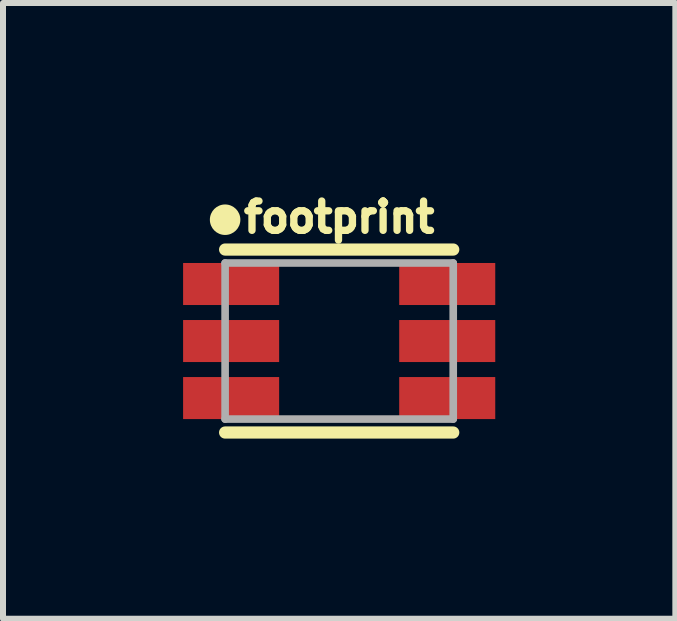
<source format=kicad_pcb>
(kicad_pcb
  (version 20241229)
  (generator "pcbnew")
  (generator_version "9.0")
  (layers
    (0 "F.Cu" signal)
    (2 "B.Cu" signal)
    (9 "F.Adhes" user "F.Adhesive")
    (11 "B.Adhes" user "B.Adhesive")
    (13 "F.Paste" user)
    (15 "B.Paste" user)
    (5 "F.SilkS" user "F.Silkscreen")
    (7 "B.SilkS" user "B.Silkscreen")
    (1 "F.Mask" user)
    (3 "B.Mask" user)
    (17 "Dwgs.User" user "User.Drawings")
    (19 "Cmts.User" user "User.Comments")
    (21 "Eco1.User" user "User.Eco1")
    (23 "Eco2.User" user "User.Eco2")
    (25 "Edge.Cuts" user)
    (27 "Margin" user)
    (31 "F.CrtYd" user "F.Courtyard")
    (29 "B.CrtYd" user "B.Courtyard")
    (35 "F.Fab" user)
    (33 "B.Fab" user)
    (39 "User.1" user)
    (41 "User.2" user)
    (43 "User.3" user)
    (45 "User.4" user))
  (footprint "footprint"
    (layer "F.Cu")
    (at 2.6 2.631)
    (property "Reference" "footprint" (at 0 -1.778 0) (layer "F.SilkS") (effects (font (size 0.488 0.488) (thickness 0.122)) (justify bottom)))
    (fp_line (start -1.9 -1.524) (end 1.9 -1.524) (stroke (width 0.203) (type solid)) (layer "F.SilkS"))
    (fp_line (start -1.9 1.524) (end 1.9 1.524) (stroke (width 0.203) (type solid)) (layer "F.SilkS"))
    (fp_circle (center -1.9 -2.021) (end -1.773 -2.021) (stroke (width 0.254) (type solid)) (fill yes) (layer "F.SilkS"))
    (fp_line (start -1.9 -1.3) (end -1.9 1.3) (stroke (width 0.127) (type solid)) (layer "F.Fab"))
    (fp_line (start -1.9 1.3) (end 1.9 1.3) (stroke (width 0.127) (type solid)) (layer "F.Fab"))
    (fp_line (start 1.9 -1.3) (end -1.9 -1.3) (stroke (width 0.127) (type solid)) (layer "F.Fab"))
    (fp_line (start 1.9 1.3) (end 1.9 -1.3) (stroke (width 0.127) (type solid)) (layer "F.Fab"))
    (pad "1" smd rect (at -1.8 -0.95) (size 1.6 0.7) (layers "F.Cu" "F.Mask" "F.Paste"))
    (pad "2" smd rect (at -1.8 0) (size 1.6 0.7) (layers "F.Cu" "F.Mask" "F.Paste"))
    (pad "3" smd rect (at -1.8 0.95) (size 1.6 0.7) (layers "F.Cu" "F.Mask" "F.Paste"))
    (pad "4" smd rect (at 1.8 0.95) (size 1.6 0.7) (layers "F.Cu" "F.Mask" "F.Paste"))
    (pad "5" smd rect (at 1.8 0) (size 1.6 0.7) (layers "F.Cu" "F.Mask" "F.Paste"))
    (pad "6" smd rect (at 1.8 -0.95) (size 1.6 0.7) (layers "F.Cu" "F.Mask" "F.Paste")))
  (gr_rect
    (start -3 -3)
    (end 8.2 7.257)
    (stroke (width 0.1) (type default))
    (fill no)
    (layer "Edge.Cuts")))
</source>
